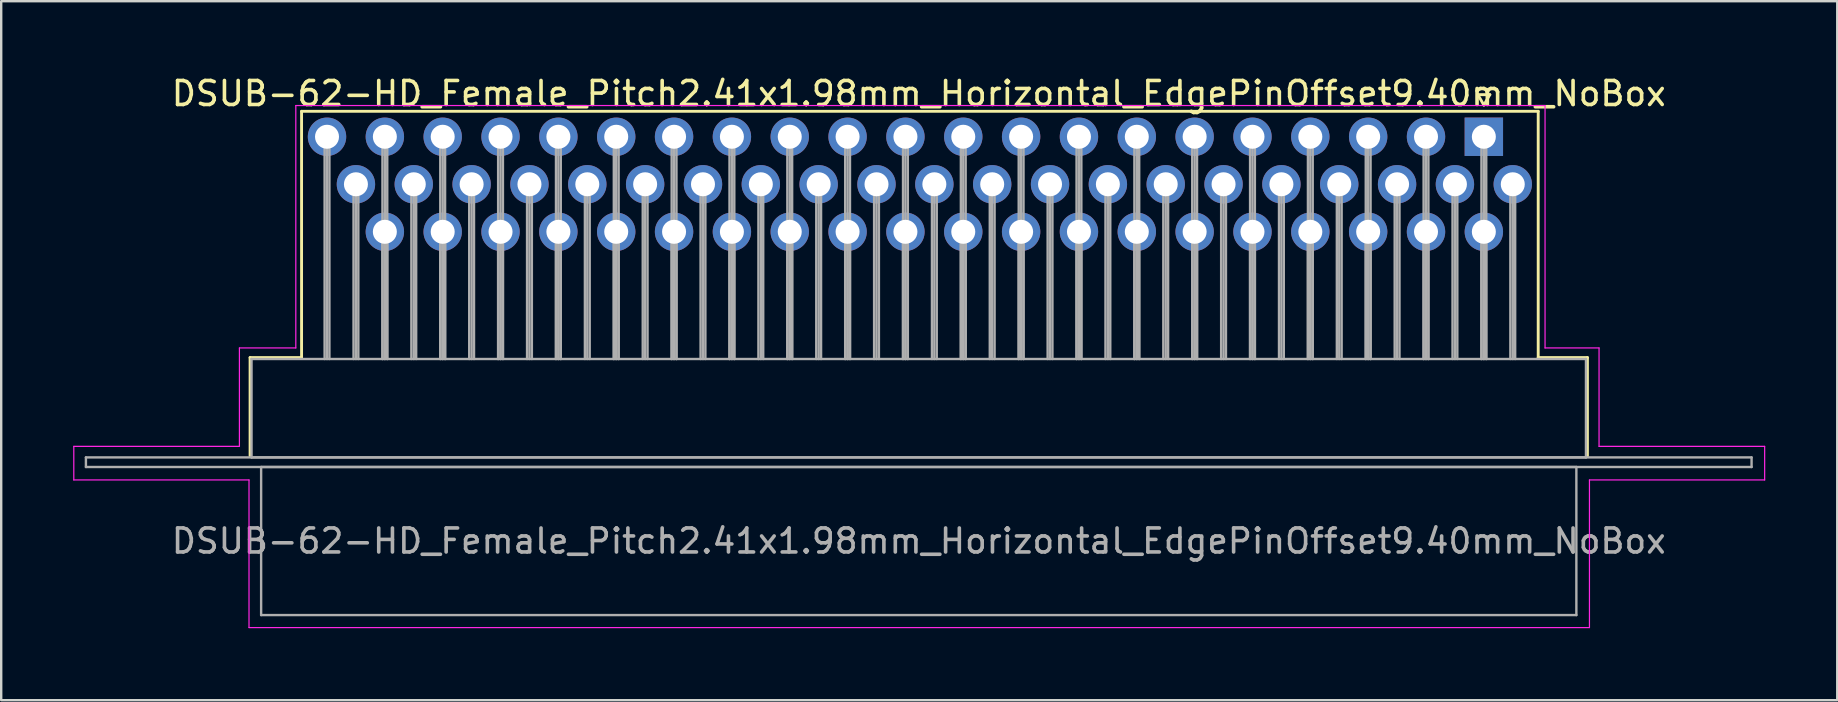
<source format=kicad_pcb>
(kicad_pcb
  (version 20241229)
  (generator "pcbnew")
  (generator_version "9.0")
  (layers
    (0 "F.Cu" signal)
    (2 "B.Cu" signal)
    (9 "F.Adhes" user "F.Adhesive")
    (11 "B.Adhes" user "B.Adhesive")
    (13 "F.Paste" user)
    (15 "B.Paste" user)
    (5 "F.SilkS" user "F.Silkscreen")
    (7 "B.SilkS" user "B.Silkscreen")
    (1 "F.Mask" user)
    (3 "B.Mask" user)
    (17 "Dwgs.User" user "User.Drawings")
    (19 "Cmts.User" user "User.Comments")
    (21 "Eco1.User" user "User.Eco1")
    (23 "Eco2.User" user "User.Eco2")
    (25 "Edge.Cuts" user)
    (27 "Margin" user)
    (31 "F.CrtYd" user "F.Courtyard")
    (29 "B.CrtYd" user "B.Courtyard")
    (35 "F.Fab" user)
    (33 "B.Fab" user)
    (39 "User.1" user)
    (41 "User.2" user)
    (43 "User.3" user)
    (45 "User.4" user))
  (footprint "DSUB-62-HD_Female_Pitch2.41x1.98mm_Horizontal_EdgePinOffset9.40mm_NoBox"
    (layer "F.Cu")
    (at 58.775 2.648)
    (property "Reference" "DSUB-62-HD_Female_Pitch2.41x1.98mm_Horizontal_EdgePinOffset9.40mm_NoBox" (at -23.545 -1.8 0) (layer "F.SilkS") (effects (font (size 1 1) (thickness 0.15))))
    (attr through_hole)
    (fp_line (start -51.405 9.2) (end -49.26 9.2) (stroke (width 0.12) (type solid)) (layer "F.SilkS"))
    (fp_line (start -51.405 13.3) (end -51.405 9.2) (stroke (width 0.12) (type solid)) (layer "F.SilkS"))
    (fp_line (start -49.26 -1.06) (end 2.265 -1.06) (stroke (width 0.12) (type solid)) (layer "F.SilkS"))
    (fp_line (start -49.26 9.2) (end -49.26 -1.06) (stroke (width 0.12) (type solid)) (layer "F.SilkS"))
    (fp_line (start -0.25 -1.754) (end 0.25 -1.754) (stroke (width 0.12) (type solid)) (layer "F.SilkS"))
    (fp_line (start 0 -1.321) (end -0.25 -1.754) (stroke (width 0.12) (type solid)) (layer "F.SilkS"))
    (fp_line (start 0.25 -1.754) (end 0 -1.321) (stroke (width 0.12) (type solid)) (layer "F.SilkS"))
    (fp_line (start 2.265 -1.06) (end 2.265 9.2) (stroke (width 0.12) (type solid)) (layer "F.SilkS"))
    (fp_line (start 2.265 9.2) (end 4.315 9.2) (stroke (width 0.12) (type solid)) (layer "F.SilkS"))
    (fp_line (start 4.315 9.2) (end 4.315 13.3) (stroke (width 0.12) (type solid)) (layer "F.SilkS"))
    (fp_line (start -58.75 12.9) (end -51.85 12.9) (stroke (width 0.05) (type solid)) (layer "F.CrtYd"))
    (fp_line (start -58.75 14.3) (end -58.75 12.9) (stroke (width 0.05) (type solid)) (layer "F.CrtYd"))
    (fp_line (start -51.85 8.8) (end -49.5 8.8) (stroke (width 0.05) (type solid)) (layer "F.CrtYd"))
    (fp_line (start -51.85 12.9) (end -51.85 8.8) (stroke (width 0.05) (type solid)) (layer "F.CrtYd"))
    (fp_line (start -51.45 14.3) (end -58.75 14.3) (stroke (width 0.05) (type solid)) (layer "F.CrtYd"))
    (fp_line (start -51.45 20.45) (end -51.45 14.3) (stroke (width 0.05) (type solid)) (layer "F.CrtYd"))
    (fp_line (start -49.5 -1.3) (end 2.55 -1.3) (stroke (width 0.05) (type solid)) (layer "F.CrtYd"))
    (fp_line (start -49.5 8.8) (end -49.5 -1.3) (stroke (width 0.05) (type solid)) (layer "F.CrtYd"))
    (fp_line (start 2.55 -1.3) (end 2.55 8.8) (stroke (width 0.05) (type solid)) (layer "F.CrtYd"))
    (fp_line (start 2.55 8.8) (end 4.8 8.8) (stroke (width 0.05) (type solid)) (layer "F.CrtYd"))
    (fp_line (start 4.4 14.3) (end 4.4 20.45) (stroke (width 0.05) (type solid)) (layer "F.CrtYd"))
    (fp_line (start 4.4 20.45) (end -51.45 20.45) (stroke (width 0.05) (type solid)) (layer "F.CrtYd"))
    (fp_line (start 4.8 8.8) (end 4.8 12.9) (stroke (width 0.05) (type solid)) (layer "F.CrtYd"))
    (fp_line (start 4.8 12.9) (end 11.7 12.9) (stroke (width 0.05) (type solid)) (layer "F.CrtYd"))
    (fp_line (start 11.7 12.9) (end 11.7 14.3) (stroke (width 0.05) (type solid)) (layer "F.CrtYd"))
    (fp_line (start 11.7 14.3) (end 4.4 14.3) (stroke (width 0.05) (type solid)) (layer "F.CrtYd"))
    (fp_line (start -58.245 13.36) (end -58.245 13.76) (stroke (width 0.1) (type solid)) (layer "F.Fab"))
    (fp_line (start -58.245 13.76) (end 11.155 13.76) (stroke (width 0.1) (type solid)) (layer "F.Fab"))
    (fp_line (start -51.345 9.26) (end -51.345 13.36) (stroke (width 0.1) (type solid)) (layer "F.Fab"))
    (fp_line (start -51.345 13.36) (end 4.255 13.36) (stroke (width 0.1) (type solid)) (layer "F.Fab"))
    (fp_line (start -50.945 13.76) (end -50.945 19.93) (stroke (width 0.1) (type solid)) (layer "F.Fab"))
    (fp_line (start -50.945 19.93) (end 3.855 19.93) (stroke (width 0.1) (type solid)) (layer "F.Fab"))
    (fp_line (start -48.3 0) (end -48.3 9.26) (stroke (width 0.1) (type solid)) (layer "F.Fab"))
    (fp_line (start -48.2 0) (end -48.2 9.26) (stroke (width 0.1) (type solid)) (layer "F.Fab"))
    (fp_line (start -48.1 0) (end -48.1 9.26) (stroke (width 0.1) (type solid)) (layer "F.Fab"))
    (fp_line (start -47.095 1.98) (end -47.095 9.26) (stroke (width 0.1) (type solid)) (layer "F.Fab"))
    (fp_line (start -46.995 1.98) (end -46.995 9.26) (stroke (width 0.1) (type solid)) (layer "F.Fab"))
    (fp_line (start -46.895 1.98) (end -46.895 9.26) (stroke (width 0.1) (type solid)) (layer "F.Fab"))
    (fp_line (start -45.89 0) (end -45.89 9.26) (stroke (width 0.1) (type solid)) (layer "F.Fab"))
    (fp_line (start -45.89 3.96) (end -45.89 9.26) (stroke (width 0.1) (type solid)) (layer "F.Fab"))
    (fp_line (start -45.79 0) (end -45.79 9.26) (stroke (width 0.1) (type solid)) (layer "F.Fab"))
    (fp_line (start -45.79 3.96) (end -45.79 9.26) (stroke (width 0.1) (type solid)) (layer "F.Fab"))
    (fp_line (start -45.69 0) (end -45.69 9.26) (stroke (width 0.1) (type solid)) (layer "F.Fab"))
    (fp_line (start -45.69 3.96) (end -45.69 9.26) (stroke (width 0.1) (type solid)) (layer "F.Fab"))
    (fp_line (start -44.685 1.98) (end -44.685 9.26) (stroke (width 0.1) (type solid)) (layer "F.Fab"))
    (fp_line (start -44.585 1.98) (end -44.585 9.26) (stroke (width 0.1) (type solid)) (layer "F.Fab"))
    (fp_line (start -44.485 1.98) (end -44.485 9.26) (stroke (width 0.1) (type solid)) (layer "F.Fab"))
    (fp_line (start -43.48 0) (end -43.48 9.26) (stroke (width 0.1) (type solid)) (layer "F.Fab"))
    (fp_line (start -43.48 3.96) (end -43.48 9.26) (stroke (width 0.1) (type solid)) (layer "F.Fab"))
    (fp_line (start -43.38 0) (end -43.38 9.26) (stroke (width 0.1) (type solid)) (layer "F.Fab"))
    (fp_line (start -43.38 3.96) (end -43.38 9.26) (stroke (width 0.1) (type solid)) (layer "F.Fab"))
    (fp_line (start -43.28 0) (end -43.28 9.26) (stroke (width 0.1) (type solid)) (layer "F.Fab"))
    (fp_line (start -43.28 3.96) (end -43.28 9.26) (stroke (width 0.1) (type solid)) (layer "F.Fab"))
    (fp_line (start -42.275 1.98) (end -42.275 9.26) (stroke (width 0.1) (type solid)) (layer "F.Fab"))
    (fp_line (start -42.175 1.98) (end -42.175 9.26) (stroke (width 0.1) (type solid)) (layer "F.Fab"))
    (fp_line (start -42.075 1.98) (end -42.075 9.26) (stroke (width 0.1) (type solid)) (layer "F.Fab"))
    (fp_line (start -41.07 0) (end -41.07 9.26) (stroke (width 0.1) (type solid)) (layer "F.Fab"))
    (fp_line (start -41.07 3.96) (end -41.07 9.26) (stroke (width 0.1) (type solid)) (layer "F.Fab"))
    (fp_line (start -40.97 0) (end -40.97 9.26) (stroke (width 0.1) (type solid)) (layer "F.Fab"))
    (fp_line (start -40.97 3.96) (end -40.97 9.26) (stroke (width 0.1) (type solid)) (layer "F.Fab"))
    (fp_line (start -40.87 0) (end -40.87 9.26) (stroke (width 0.1) (type solid)) (layer "F.Fab"))
    (fp_line (start -40.87 3.96) (end -40.87 9.26) (stroke (width 0.1) (type solid)) (layer "F.Fab"))
    (fp_line (start -39.865 1.98) (end -39.865 9.26) (stroke (width 0.1) (type solid)) (layer "F.Fab"))
    (fp_line (start -39.765 1.98) (end -39.765 9.26) (stroke (width 0.1) (type solid)) (layer "F.Fab"))
    (fp_line (start -39.665 1.98) (end -39.665 9.26) (stroke (width 0.1) (type solid)) (layer "F.Fab"))
    (fp_line (start -38.66 0) (end -38.66 9.26) (stroke (width 0.1) (type solid)) (layer "F.Fab"))
    (fp_line (start -38.66 3.96) (end -38.66 9.26) (stroke (width 0.1) (type solid)) (layer "F.Fab"))
    (fp_line (start -38.56 0) (end -38.56 9.26) (stroke (width 0.1) (type solid)) (layer "F.Fab"))
    (fp_line (start -38.56 3.96) (end -38.56 9.26) (stroke (width 0.1) (type solid)) (layer "F.Fab"))
    (fp_line (start -38.46 0) (end -38.46 9.26) (stroke (width 0.1) (type solid)) (layer "F.Fab"))
    (fp_line (start -38.46 3.96) (end -38.46 9.26) (stroke (width 0.1) (type solid)) (layer "F.Fab"))
    (fp_line (start -37.455 1.98) (end -37.455 9.26) (stroke (width 0.1) (type solid)) (layer "F.Fab"))
    (fp_line (start -37.355 1.98) (end -37.355 9.26) (stroke (width 0.1) (type solid)) (layer "F.Fab"))
    (fp_line (start -37.255 1.98) (end -37.255 9.26) (stroke (width 0.1) (type solid)) (layer "F.Fab"))
    (fp_line (start -36.25 0) (end -36.25 9.26) (stroke (width 0.1) (type solid)) (layer "F.Fab"))
    (fp_line (start -36.25 3.96) (end -36.25 9.26) (stroke (width 0.1) (type solid)) (layer "F.Fab"))
    (fp_line (start -36.15 0) (end -36.15 9.26) (stroke (width 0.1) (type solid)) (layer "F.Fab"))
    (fp_line (start -36.15 3.96) (end -36.15 9.26) (stroke (width 0.1) (type solid)) (layer "F.Fab"))
    (fp_line (start -36.05 0) (end -36.05 9.26) (stroke (width 0.1) (type solid)) (layer "F.Fab"))
    (fp_line (start -36.05 3.96) (end -36.05 9.26) (stroke (width 0.1) (type solid)) (layer "F.Fab"))
    (fp_line (start -35.045 1.98) (end -35.045 9.26) (stroke (width 0.1) (type solid)) (layer "F.Fab"))
    (fp_line (start -34.945 1.98) (end -34.945 9.26) (stroke (width 0.1) (type solid)) (layer "F.Fab"))
    (fp_line (start -34.845 1.98) (end -34.845 9.26) (stroke (width 0.1) (type solid)) (layer "F.Fab"))
    (fp_line (start -33.84 0) (end -33.84 9.26) (stroke (width 0.1) (type solid)) (layer "F.Fab"))
    (fp_line (start -33.84 3.96) (end -33.84 9.26) (stroke (width 0.1) (type solid)) (layer "F.Fab"))
    (fp_line (start -33.74 0) (end -33.74 9.26) (stroke (width 0.1) (type solid)) (layer "F.Fab"))
    (fp_line (start -33.74 3.96) (end -33.74 9.26) (stroke (width 0.1) (type solid)) (layer "F.Fab"))
    (fp_line (start -33.64 0) (end -33.64 9.26) (stroke (width 0.1) (type solid)) (layer "F.Fab"))
    (fp_line (start -33.64 3.96) (end -33.64 9.26) (stroke (width 0.1) (type solid)) (layer "F.Fab"))
    (fp_line (start -32.635 1.98) (end -32.635 9.26) (stroke (width 0.1) (type solid)) (layer "F.Fab"))
    (fp_line (start -32.535 1.98) (end -32.535 9.26) (stroke (width 0.1) (type solid)) (layer "F.Fab"))
    (fp_line (start -32.435 1.98) (end -32.435 9.26) (stroke (width 0.1) (type solid)) (layer "F.Fab"))
    (fp_line (start -31.43 0) (end -31.43 9.26) (stroke (width 0.1) (type solid)) (layer "F.Fab"))
    (fp_line (start -31.43 3.96) (end -31.43 9.26) (stroke (width 0.1) (type solid)) (layer "F.Fab"))
    (fp_line (start -31.33 0) (end -31.33 9.26) (stroke (width 0.1) (type solid)) (layer "F.Fab"))
    (fp_line (start -31.33 3.96) (end -31.33 9.26) (stroke (width 0.1) (type solid)) (layer "F.Fab"))
    (fp_line (start -31.23 0) (end -31.23 9.26) (stroke (width 0.1) (type solid)) (layer "F.Fab"))
    (fp_line (start -31.23 3.96) (end -31.23 9.26) (stroke (width 0.1) (type solid)) (layer "F.Fab"))
    (fp_line (start -30.225 1.98) (end -30.225 9.26) (stroke (width 0.1) (type solid)) (layer "F.Fab"))
    (fp_line (start -30.125 1.98) (end -30.125 9.26) (stroke (width 0.1) (type solid)) (layer "F.Fab"))
    (fp_line (start -30.025 1.98) (end -30.025 9.26) (stroke (width 0.1) (type solid)) (layer "F.Fab"))
    (fp_line (start -29.02 0) (end -29.02 9.26) (stroke (width 0.1) (type solid)) (layer "F.Fab"))
    (fp_line (start -29.02 3.96) (end -29.02 9.26) (stroke (width 0.1) (type solid)) (layer "F.Fab"))
    (fp_line (start -28.92 0) (end -28.92 9.26) (stroke (width 0.1) (type solid)) (layer "F.Fab"))
    (fp_line (start -28.92 3.96) (end -28.92 9.26) (stroke (width 0.1) (type solid)) (layer "F.Fab"))
    (fp_line (start -28.82 0) (end -28.82 9.26) (stroke (width 0.1) (type solid)) (layer "F.Fab"))
    (fp_line (start -28.82 3.96) (end -28.82 9.26) (stroke (width 0.1) (type solid)) (layer "F.Fab"))
    (fp_line (start -27.815 1.98) (end -27.815 9.26) (stroke (width 0.1) (type solid)) (layer "F.Fab"))
    (fp_line (start -27.715 1.98) (end -27.715 9.26) (stroke (width 0.1) (type solid)) (layer "F.Fab"))
    (fp_line (start -27.615 1.98) (end -27.615 9.26) (stroke (width 0.1) (type solid)) (layer "F.Fab"))
    (fp_line (start -26.61 0) (end -26.61 9.26) (stroke (width 0.1) (type solid)) (layer "F.Fab"))
    (fp_line (start -26.61 3.96) (end -26.61 9.26) (stroke (width 0.1) (type solid)) (layer "F.Fab"))
    (fp_line (start -26.51 0) (end -26.51 9.26) (stroke (width 0.1) (type solid)) (layer "F.Fab"))
    (fp_line (start -26.51 3.96) (end -26.51 9.26) (stroke (width 0.1) (type solid)) (layer "F.Fab"))
    (fp_line (start -26.41 0) (end -26.41 9.26) (stroke (width 0.1) (type solid)) (layer "F.Fab"))
    (fp_line (start -26.41 3.96) (end -26.41 9.26) (stroke (width 0.1) (type solid)) (layer "F.Fab"))
    (fp_line (start -25.405 1.98) (end -25.405 9.26) (stroke (width 0.1) (type solid)) (layer "F.Fab"))
    (fp_line (start -25.305 1.98) (end -25.305 9.26) (stroke (width 0.1) (type solid)) (layer "F.Fab"))
    (fp_line (start -25.205 1.98) (end -25.205 9.26) (stroke (width 0.1) (type solid)) (layer "F.Fab"))
    (fp_line (start -24.2 0) (end -24.2 9.26) (stroke (width 0.1) (type solid)) (layer "F.Fab"))
    (fp_line (start -24.2 3.96) (end -24.2 9.26) (stroke (width 0.1) (type solid)) (layer "F.Fab"))
    (fp_line (start -24.1 0) (end -24.1 9.26) (stroke (width 0.1) (type solid)) (layer "F.Fab"))
    (fp_line (start -24.1 3.96) (end -24.1 9.26) (stroke (width 0.1) (type solid)) (layer "F.Fab"))
    (fp_line (start -24 0) (end -24 9.26) (stroke (width 0.1) (type solid)) (layer "F.Fab"))
    (fp_line (start -24 3.96) (end -24 9.26) (stroke (width 0.1) (type solid)) (layer "F.Fab"))
    (fp_line (start -22.995 1.98) (end -22.995 9.26) (stroke (width 0.1) (type solid)) (layer "F.Fab"))
    (fp_line (start -22.895 1.98) (end -22.895 9.26) (stroke (width 0.1) (type solid)) (layer "F.Fab"))
    (fp_line (start -22.795 1.98) (end -22.795 9.26) (stroke (width 0.1) (type solid)) (layer "F.Fab"))
    (fp_line (start -21.79 0) (end -21.79 9.26) (stroke (width 0.1) (type solid)) (layer "F.Fab"))
    (fp_line (start -21.79 3.96) (end -21.79 9.26) (stroke (width 0.1) (type solid)) (layer "F.Fab"))
    (fp_line (start -21.69 0) (end -21.69 9.26) (stroke (width 0.1) (type solid)) (layer "F.Fab"))
    (fp_line (start -21.69 3.96) (end -21.69 9.26) (stroke (width 0.1) (type solid)) (layer "F.Fab"))
    (fp_line (start -21.59 0) (end -21.59 9.26) (stroke (width 0.1) (type solid)) (layer "F.Fab"))
    (fp_line (start -21.59 3.96) (end -21.59 9.26) (stroke (width 0.1) (type solid)) (layer "F.Fab"))
    (fp_line (start -20.585 1.98) (end -20.585 9.26) (stroke (width 0.1) (type solid)) (layer "F.Fab"))
    (fp_line (start -20.485 1.98) (end -20.485 9.26) (stroke (width 0.1) (type solid)) (layer "F.Fab"))
    (fp_line (start -20.385 1.98) (end -20.385 9.26) (stroke (width 0.1) (type solid)) (layer "F.Fab"))
    (fp_line (start -19.38 0) (end -19.38 9.26) (stroke (width 0.1) (type solid)) (layer "F.Fab"))
    (fp_line (start -19.38 3.96) (end -19.38 9.26) (stroke (width 0.1) (type solid)) (layer "F.Fab"))
    (fp_line (start -19.28 0) (end -19.28 9.26) (stroke (width 0.1) (type solid)) (layer "F.Fab"))
    (fp_line (start -19.28 3.96) (end -19.28 9.26) (stroke (width 0.1) (type solid)) (layer "F.Fab"))
    (fp_line (start -19.18 0) (end -19.18 9.26) (stroke (width 0.1) (type solid)) (layer "F.Fab"))
    (fp_line (start -19.18 3.96) (end -19.18 9.26) (stroke (width 0.1) (type solid)) (layer "F.Fab"))
    (fp_line (start -18.175 1.98) (end -18.175 9.26) (stroke (width 0.1) (type solid)) (layer "F.Fab"))
    (fp_line (start -18.075 1.98) (end -18.075 9.26) (stroke (width 0.1) (type solid)) (layer "F.Fab"))
    (fp_line (start -17.975 1.98) (end -17.975 9.26) (stroke (width 0.1) (type solid)) (layer "F.Fab"))
    (fp_line (start -16.97 0) (end -16.97 9.26) (stroke (width 0.1) (type solid)) (layer "F.Fab"))
    (fp_line (start -16.97 3.96) (end -16.97 9.26) (stroke (width 0.1) (type solid)) (layer "F.Fab"))
    (fp_line (start -16.87 0) (end -16.87 9.26) (stroke (width 0.1) (type solid)) (layer "F.Fab"))
    (fp_line (start -16.87 3.96) (end -16.87 9.26) (stroke (width 0.1) (type solid)) (layer "F.Fab"))
    (fp_line (start -16.77 0) (end -16.77 9.26) (stroke (width 0.1) (type solid)) (layer "F.Fab"))
    (fp_line (start -16.77 3.96) (end -16.77 9.26) (stroke (width 0.1) (type solid)) (layer "F.Fab"))
    (fp_line (start -15.765 1.98) (end -15.765 9.26) (stroke (width 0.1) (type solid)) (layer "F.Fab"))
    (fp_line (start -15.665 1.98) (end -15.665 9.26) (stroke (width 0.1) (type solid)) (layer "F.Fab"))
    (fp_line (start -15.565 1.98) (end -15.565 9.26) (stroke (width 0.1) (type solid)) (layer "F.Fab"))
    (fp_line (start -14.56 0) (end -14.56 9.26) (stroke (width 0.1) (type solid)) (layer "F.Fab"))
    (fp_line (start -14.56 3.96) (end -14.56 9.26) (stroke (width 0.1) (type solid)) (layer "F.Fab"))
    (fp_line (start -14.46 0) (end -14.46 9.26) (stroke (width 0.1) (type solid)) (layer "F.Fab"))
    (fp_line (start -14.46 3.96) (end -14.46 9.26) (stroke (width 0.1) (type solid)) (layer "F.Fab"))
    (fp_line (start -14.36 0) (end -14.36 9.26) (stroke (width 0.1) (type solid)) (layer "F.Fab"))
    (fp_line (start -14.36 3.96) (end -14.36 9.26) (stroke (width 0.1) (type solid)) (layer "F.Fab"))
    (fp_line (start -13.355 1.98) (end -13.355 9.26) (stroke (width 0.1) (type solid)) (layer "F.Fab"))
    (fp_line (start -13.255 1.98) (end -13.255 9.26) (stroke (width 0.1) (type solid)) (layer "F.Fab"))
    (fp_line (start -13.155 1.98) (end -13.155 9.26) (stroke (width 0.1) (type solid)) (layer "F.Fab"))
    (fp_line (start -12.15 0) (end -12.15 9.26) (stroke (width 0.1) (type solid)) (layer "F.Fab"))
    (fp_line (start -12.15 3.96) (end -12.15 9.26) (stroke (width 0.1) (type solid)) (layer "F.Fab"))
    (fp_line (start -12.05 0) (end -12.05 9.26) (stroke (width 0.1) (type solid)) (layer "F.Fab"))
    (fp_line (start -12.05 3.96) (end -12.05 9.26) (stroke (width 0.1) (type solid)) (layer "F.Fab"))
    (fp_line (start -11.95 0) (end -11.95 9.26) (stroke (width 0.1) (type solid)) (layer "F.Fab"))
    (fp_line (start -11.95 3.96) (end -11.95 9.26) (stroke (width 0.1) (type solid)) (layer "F.Fab"))
    (fp_line (start -10.945 1.98) (end -10.945 9.26) (stroke (width 0.1) (type solid)) (layer "F.Fab"))
    (fp_line (start -10.845 1.98) (end -10.845 9.26) (stroke (width 0.1) (type solid)) (layer "F.Fab"))
    (fp_line (start -10.745 1.98) (end -10.745 9.26) (stroke (width 0.1) (type solid)) (layer "F.Fab"))
    (fp_line (start -9.74 0) (end -9.74 9.26) (stroke (width 0.1) (type solid)) (layer "F.Fab"))
    (fp_line (start -9.74 3.96) (end -9.74 9.26) (stroke (width 0.1) (type solid)) (layer "F.Fab"))
    (fp_line (start -9.64 0) (end -9.64 9.26) (stroke (width 0.1) (type solid)) (layer "F.Fab"))
    (fp_line (start -9.64 3.96) (end -9.64 9.26) (stroke (width 0.1) (type solid)) (layer "F.Fab"))
    (fp_line (start -9.54 0) (end -9.54 9.26) (stroke (width 0.1) (type solid)) (layer "F.Fab"))
    (fp_line (start -9.54 3.96) (end -9.54 9.26) (stroke (width 0.1) (type solid)) (layer "F.Fab"))
    (fp_line (start -8.535 1.98) (end -8.535 9.26) (stroke (width 0.1) (type solid)) (layer "F.Fab"))
    (fp_line (start -8.435 1.98) (end -8.435 9.26) (stroke (width 0.1) (type solid)) (layer "F.Fab"))
    (fp_line (start -8.335 1.98) (end -8.335 9.26) (stroke (width 0.1) (type solid)) (layer "F.Fab"))
    (fp_line (start -7.33 0) (end -7.33 9.26) (stroke (width 0.1) (type solid)) (layer "F.Fab"))
    (fp_line (start -7.33 3.96) (end -7.33 9.26) (stroke (width 0.1) (type solid)) (layer "F.Fab"))
    (fp_line (start -7.23 0) (end -7.23 9.26) (stroke (width 0.1) (type solid)) (layer "F.Fab"))
    (fp_line (start -7.23 3.96) (end -7.23 9.26) (stroke (width 0.1) (type solid)) (layer "F.Fab"))
    (fp_line (start -7.13 0) (end -7.13 9.26) (stroke (width 0.1) (type solid)) (layer "F.Fab"))
    (fp_line (start -7.13 3.96) (end -7.13 9.26) (stroke (width 0.1) (type solid)) (layer "F.Fab"))
    (fp_line (start -6.125 1.98) (end -6.125 9.26) (stroke (width 0.1) (type solid)) (layer "F.Fab"))
    (fp_line (start -6.025 1.98) (end -6.025 9.26) (stroke (width 0.1) (type solid)) (layer "F.Fab"))
    (fp_line (start -5.925 1.98) (end -5.925 9.26) (stroke (width 0.1) (type solid)) (layer "F.Fab"))
    (fp_line (start -4.92 0) (end -4.92 9.26) (stroke (width 0.1) (type solid)) (layer "F.Fab"))
    (fp_line (start -4.92 3.96) (end -4.92 9.26) (stroke (width 0.1) (type solid)) (layer "F.Fab"))
    (fp_line (start -4.82 0) (end -4.82 9.26) (stroke (width 0.1) (type solid)) (layer "F.Fab"))
    (fp_line (start -4.82 3.96) (end -4.82 9.26) (stroke (width 0.1) (type solid)) (layer "F.Fab"))
    (fp_line (start -4.72 0) (end -4.72 9.26) (stroke (width 0.1) (type solid)) (layer "F.Fab"))
    (fp_line (start -4.72 3.96) (end -4.72 9.26) (stroke (width 0.1) (type solid)) (layer "F.Fab"))
    (fp_line (start -3.715 1.98) (end -3.715 9.26) (stroke (width 0.1) (type solid)) (layer "F.Fab"))
    (fp_line (start -3.615 1.98) (end -3.615 9.26) (stroke (width 0.1) (type solid)) (layer "F.Fab"))
    (fp_line (start -3.515 1.98) (end -3.515 9.26) (stroke (width 0.1) (type solid)) (layer "F.Fab"))
    (fp_line (start -2.51 0) (end -2.51 9.26) (stroke (width 0.1) (type solid)) (layer "F.Fab"))
    (fp_line (start -2.51 3.96) (end -2.51 9.26) (stroke (width 0.1) (type solid)) (layer "F.Fab"))
    (fp_line (start -2.41 0) (end -2.41 9.26) (stroke (width 0.1) (type solid)) (layer "F.Fab"))
    (fp_line (start -2.41 3.96) (end -2.41 9.26) (stroke (width 0.1) (type solid)) (layer "F.Fab"))
    (fp_line (start -2.31 0) (end -2.31 9.26) (stroke (width 0.1) (type solid)) (layer "F.Fab"))
    (fp_line (start -2.31 3.96) (end -2.31 9.26) (stroke (width 0.1) (type solid)) (layer "F.Fab"))
    (fp_line (start -1.305 1.98) (end -1.305 9.26) (stroke (width 0.1) (type solid)) (layer "F.Fab"))
    (fp_line (start -1.205 1.98) (end -1.205 9.26) (stroke (width 0.1) (type solid)) (layer "F.Fab"))
    (fp_line (start -1.105 1.98) (end -1.105 9.26) (stroke (width 0.1) (type solid)) (layer "F.Fab"))
    (fp_line (start -0.1 0) (end -0.1 9.26) (stroke (width 0.1) (type solid)) (layer "F.Fab"))
    (fp_line (start -0.1 3.96) (end -0.1 9.26) (stroke (width 0.1) (type solid)) (layer "F.Fab"))
    (fp_line (start 0 0) (end 0 9.26) (stroke (width 0.1) (type solid)) (layer "F.Fab"))
    (fp_line (start 0 3.96) (end 0 9.26) (stroke (width 0.1) (type solid)) (layer "F.Fab"))
    (fp_line (start 0.1 0) (end 0.1 9.26) (stroke (width 0.1) (type solid)) (layer "F.Fab"))
    (fp_line (start 0.1 3.96) (end 0.1 9.26) (stroke (width 0.1) (type solid)) (layer "F.Fab"))
    (fp_line (start 1.105 1.98) (end 1.105 9.26) (stroke (width 0.1) (type solid)) (layer "F.Fab"))
    (fp_line (start 1.205 1.98) (end 1.205 9.26) (stroke (width 0.1) (type solid)) (layer "F.Fab"))
    (fp_line (start 1.305 1.98) (end 1.305 9.26) (stroke (width 0.1) (type solid)) (layer "F.Fab"))
    (fp_line (start 3.855 13.76) (end -50.945 13.76) (stroke (width 0.1) (type solid)) (layer "F.Fab"))
    (fp_line (start 3.855 19.93) (end 3.855 13.76) (stroke (width 0.1) (type solid)) (layer "F.Fab"))
    (fp_line (start 4.255 9.26) (end -51.345 9.26) (stroke (width 0.1) (type solid)) (layer "F.Fab"))
    (fp_line (start 4.255 13.36) (end 4.255 9.26) (stroke (width 0.1) (type solid)) (layer "F.Fab"))
    (fp_line (start 11.155 13.36) (end -58.245 13.36) (stroke (width 0.1) (type solid)) (layer "F.Fab"))
    (fp_line (start 11.155 13.76) (end 11.155 13.36) (stroke (width 0.1) (type solid)) (layer "F.Fab"))
    (fp_text user "${REFERENCE}" (at -23.545 16.845 0) (layer "F.Fab") (effects (font (size 1 1) (thickness 0.15))))
    (pad "1" thru_hole rect (at 0 0) (size 1.6 1.6) (drill 1) (layers "*.Cu" "*.Mask"))
    (pad "2" thru_hole circle (at -2.41 0) (size 1.6 1.6) (drill 1) (layers "*.Cu" "*.Mask"))
    (pad "3" thru_hole circle (at -4.82 0) (size 1.6 1.6) (drill 1) (layers "*.Cu" "*.Mask"))
    (pad "4" thru_hole circle (at -7.23 0) (size 1.6 1.6) (drill 1) (layers "*.Cu" "*.Mask"))
    (pad "5" thru_hole circle (at -9.64 0) (size 1.6 1.6) (drill 1) (layers "*.Cu" "*.Mask"))
    (pad "6" thru_hole circle (at -12.05 0) (size 1.6 1.6) (drill 1) (layers "*.Cu" "*.Mask"))
    (pad "7" thru_hole circle (at -14.46 0) (size 1.6 1.6) (drill 1) (layers "*.Cu" "*.Mask"))
    (pad "8" thru_hole circle (at -16.87 0) (size 1.6 1.6) (drill 1) (layers "*.Cu" "*.Mask"))
    (pad "9" thru_hole circle (at -19.28 0) (size 1.6 1.6) (drill 1) (layers "*.Cu" "*.Mask"))
    (pad "10" thru_hole circle (at -21.69 0) (size 1.6 1.6) (drill 1) (layers "*.Cu" "*.Mask"))
    (pad "11" thru_hole circle (at -24.1 0) (size 1.6 1.6) (drill 1) (layers "*.Cu" "*.Mask"))
    (pad "12" thru_hole circle (at -26.51 0) (size 1.6 1.6) (drill 1) (layers "*.Cu" "*.Mask"))
    (pad "13" thru_hole circle (at -28.92 0) (size 1.6 1.6) (drill 1) (layers "*.Cu" "*.Mask"))
    (pad "14" thru_hole circle (at -31.33 0) (size 1.6 1.6) (drill 1) (layers "*.Cu" "*.Mask"))
    (pad "15" thru_hole circle (at -33.74 0) (size 1.6 1.6) (drill 1) (layers "*.Cu" "*.Mask"))
    (pad "16" thru_hole circle (at -36.15 0) (size 1.6 1.6) (drill 1) (layers "*.Cu" "*.Mask"))
    (pad "17" thru_hole circle (at -38.56 0) (size 1.6 1.6) (drill 1) (layers "*.Cu" "*.Mask"))
    (pad "18" thru_hole circle (at -40.97 0) (size 1.6 1.6) (drill 1) (layers "*.Cu" "*.Mask"))
    (pad "19" thru_hole circle (at -43.38 0) (size 1.6 1.6) (drill 1) (layers "*.Cu" "*.Mask"))
    (pad "20" thru_hole circle (at -45.79 0) (size 1.6 1.6) (drill 1) (layers "*.Cu" "*.Mask"))
    (pad "21" thru_hole circle (at -48.2 0) (size 1.6 1.6) (drill 1) (layers "*.Cu" "*.Mask"))
    (pad "22" thru_hole circle (at 1.205 1.98) (size 1.6 1.6) (drill 1) (layers "*.Cu" "*.Mask"))
    (pad "23" thru_hole circle (at -1.205 1.98) (size 1.6 1.6) (drill 1) (layers "*.Cu" "*.Mask"))
    (pad "24" thru_hole circle (at -3.615 1.98) (size 1.6 1.6) (drill 1) (layers "*.Cu" "*.Mask"))
    (pad "25" thru_hole circle (at -6.025 1.98) (size 1.6 1.6) (drill 1) (layers "*.Cu" "*.Mask"))
    (pad "26" thru_hole circle (at -8.435 1.98) (size 1.6 1.6) (drill 1) (layers "*.Cu" "*.Mask"))
    (pad "27" thru_hole circle (at -10.845 1.98) (size 1.6 1.6) (drill 1) (layers "*.Cu" "*.Mask"))
    (pad "28" thru_hole circle (at -13.255 1.98) (size 1.6 1.6) (drill 1) (layers "*.Cu" "*.Mask"))
    (pad "29" thru_hole circle (at -15.665 1.98) (size 1.6 1.6) (drill 1) (layers "*.Cu" "*.Mask"))
    (pad "30" thru_hole circle (at -18.075 1.98) (size 1.6 1.6) (drill 1) (layers "*.Cu" "*.Mask"))
    (pad "31" thru_hole circle (at -20.485 1.98) (size 1.6 1.6) (drill 1) (layers "*.Cu" "*.Mask"))
    (pad "32" thru_hole circle (at -22.895 1.98) (size 1.6 1.6) (drill 1) (layers "*.Cu" "*.Mask"))
    (pad "33" thru_hole circle (at -25.305 1.98) (size 1.6 1.6) (drill 1) (layers "*.Cu" "*.Mask"))
    (pad "34" thru_hole circle (at -27.715 1.98) (size 1.6 1.6) (drill 1) (layers "*.Cu" "*.Mask"))
    (pad "35" thru_hole circle (at -30.125 1.98) (size 1.6 1.6) (drill 1) (layers "*.Cu" "*.Mask"))
    (pad "36" thru_hole circle (at -32.535 1.98) (size 1.6 1.6) (drill 1) (layers "*.Cu" "*.Mask"))
    (pad "37" thru_hole circle (at -34.945 1.98) (size 1.6 1.6) (drill 1) (layers "*.Cu" "*.Mask"))
    (pad "38" thru_hole circle (at -37.355 1.98) (size 1.6 1.6) (drill 1) (layers "*.Cu" "*.Mask"))
    (pad "39" thru_hole circle (at -39.765 1.98) (size 1.6 1.6) (drill 1) (layers "*.Cu" "*.Mask"))
    (pad "40" thru_hole circle (at -42.175 1.98) (size 1.6 1.6) (drill 1) (layers "*.Cu" "*.Mask"))
    (pad "41" thru_hole circle (at -44.585 1.98) (size 1.6 1.6) (drill 1) (layers "*.Cu" "*.Mask"))
    (pad "42" thru_hole circle (at -46.995 1.98) (size 1.6 1.6) (drill 1) (layers "*.Cu" "*.Mask"))
    (pad "43" thru_hole circle (at 0 3.96) (size 1.6 1.6) (drill 1) (layers "*.Cu" "*.Mask"))
    (pad "44" thru_hole circle (at -2.41 3.96) (size 1.6 1.6) (drill 1) (layers "*.Cu" "*.Mask"))
    (pad "45" thru_hole circle (at -4.82 3.96) (size 1.6 1.6) (drill 1) (layers "*.Cu" "*.Mask"))
    (pad "46" thru_hole circle (at -7.23 3.96) (size 1.6 1.6) (drill 1) (layers "*.Cu" "*.Mask"))
    (pad "47" thru_hole circle (at -9.64 3.96) (size 1.6 1.6) (drill 1) (layers "*.Cu" "*.Mask"))
    (pad "48" thru_hole circle (at -12.05 3.96) (size 1.6 1.6) (drill 1) (layers "*.Cu" "*.Mask"))
    (pad "49" thru_hole circle (at -14.46 3.96) (size 1.6 1.6) (drill 1) (layers "*.Cu" "*.Mask"))
    (pad "50" thru_hole circle (at -16.87 3.96) (size 1.6 1.6) (drill 1) (layers "*.Cu" "*.Mask"))
    (pad "51" thru_hole circle (at -19.28 3.96) (size 1.6 1.6) (drill 1) (layers "*.Cu" "*.Mask"))
    (pad "52" thru_hole circle (at -21.69 3.96) (size 1.6 1.6) (drill 1) (layers "*.Cu" "*.Mask"))
    (pad "53" thru_hole circle (at -24.1 3.96) (size 1.6 1.6) (drill 1) (layers "*.Cu" "*.Mask"))
    (pad "54" thru_hole circle (at -26.51 3.96) (size 1.6 1.6) (drill 1) (layers "*.Cu" "*.Mask"))
    (pad "55" thru_hole circle (at -28.92 3.96) (size 1.6 1.6) (drill 1) (layers "*.Cu" "*.Mask"))
    (pad "56" thru_hole circle (at -31.33 3.96) (size 1.6 1.6) (drill 1) (layers "*.Cu" "*.Mask"))
    (pad "57" thru_hole circle (at -33.74 3.96) (size 1.6 1.6) (drill 1) (layers "*.Cu" "*.Mask"))
    (pad "58" thru_hole circle (at -36.15 3.96) (size 1.6 1.6) (drill 1) (layers "*.Cu" "*.Mask"))
    (pad "59" thru_hole circle (at -38.56 3.96) (size 1.6 1.6) (drill 1) (layers "*.Cu" "*.Mask"))
    (pad "60" thru_hole circle (at -40.97 3.96) (size 1.6 1.6) (drill 1) (layers "*.Cu" "*.Mask"))
    (pad "61" thru_hole circle (at -43.38 3.96) (size 1.6 1.6) (drill 1) (layers "*.Cu" "*.Mask"))
    (pad "62" thru_hole circle (at -45.79 3.96) (size 1.6 1.6) (drill 1) (layers "*.Cu" "*.Mask")))
  (gr_rect
    (start -3 -3)
    (end 73.5 26.123)
    (stroke (width 0.1) (type default))
    (fill no)
    (layer "Edge.Cuts")))
</source>
